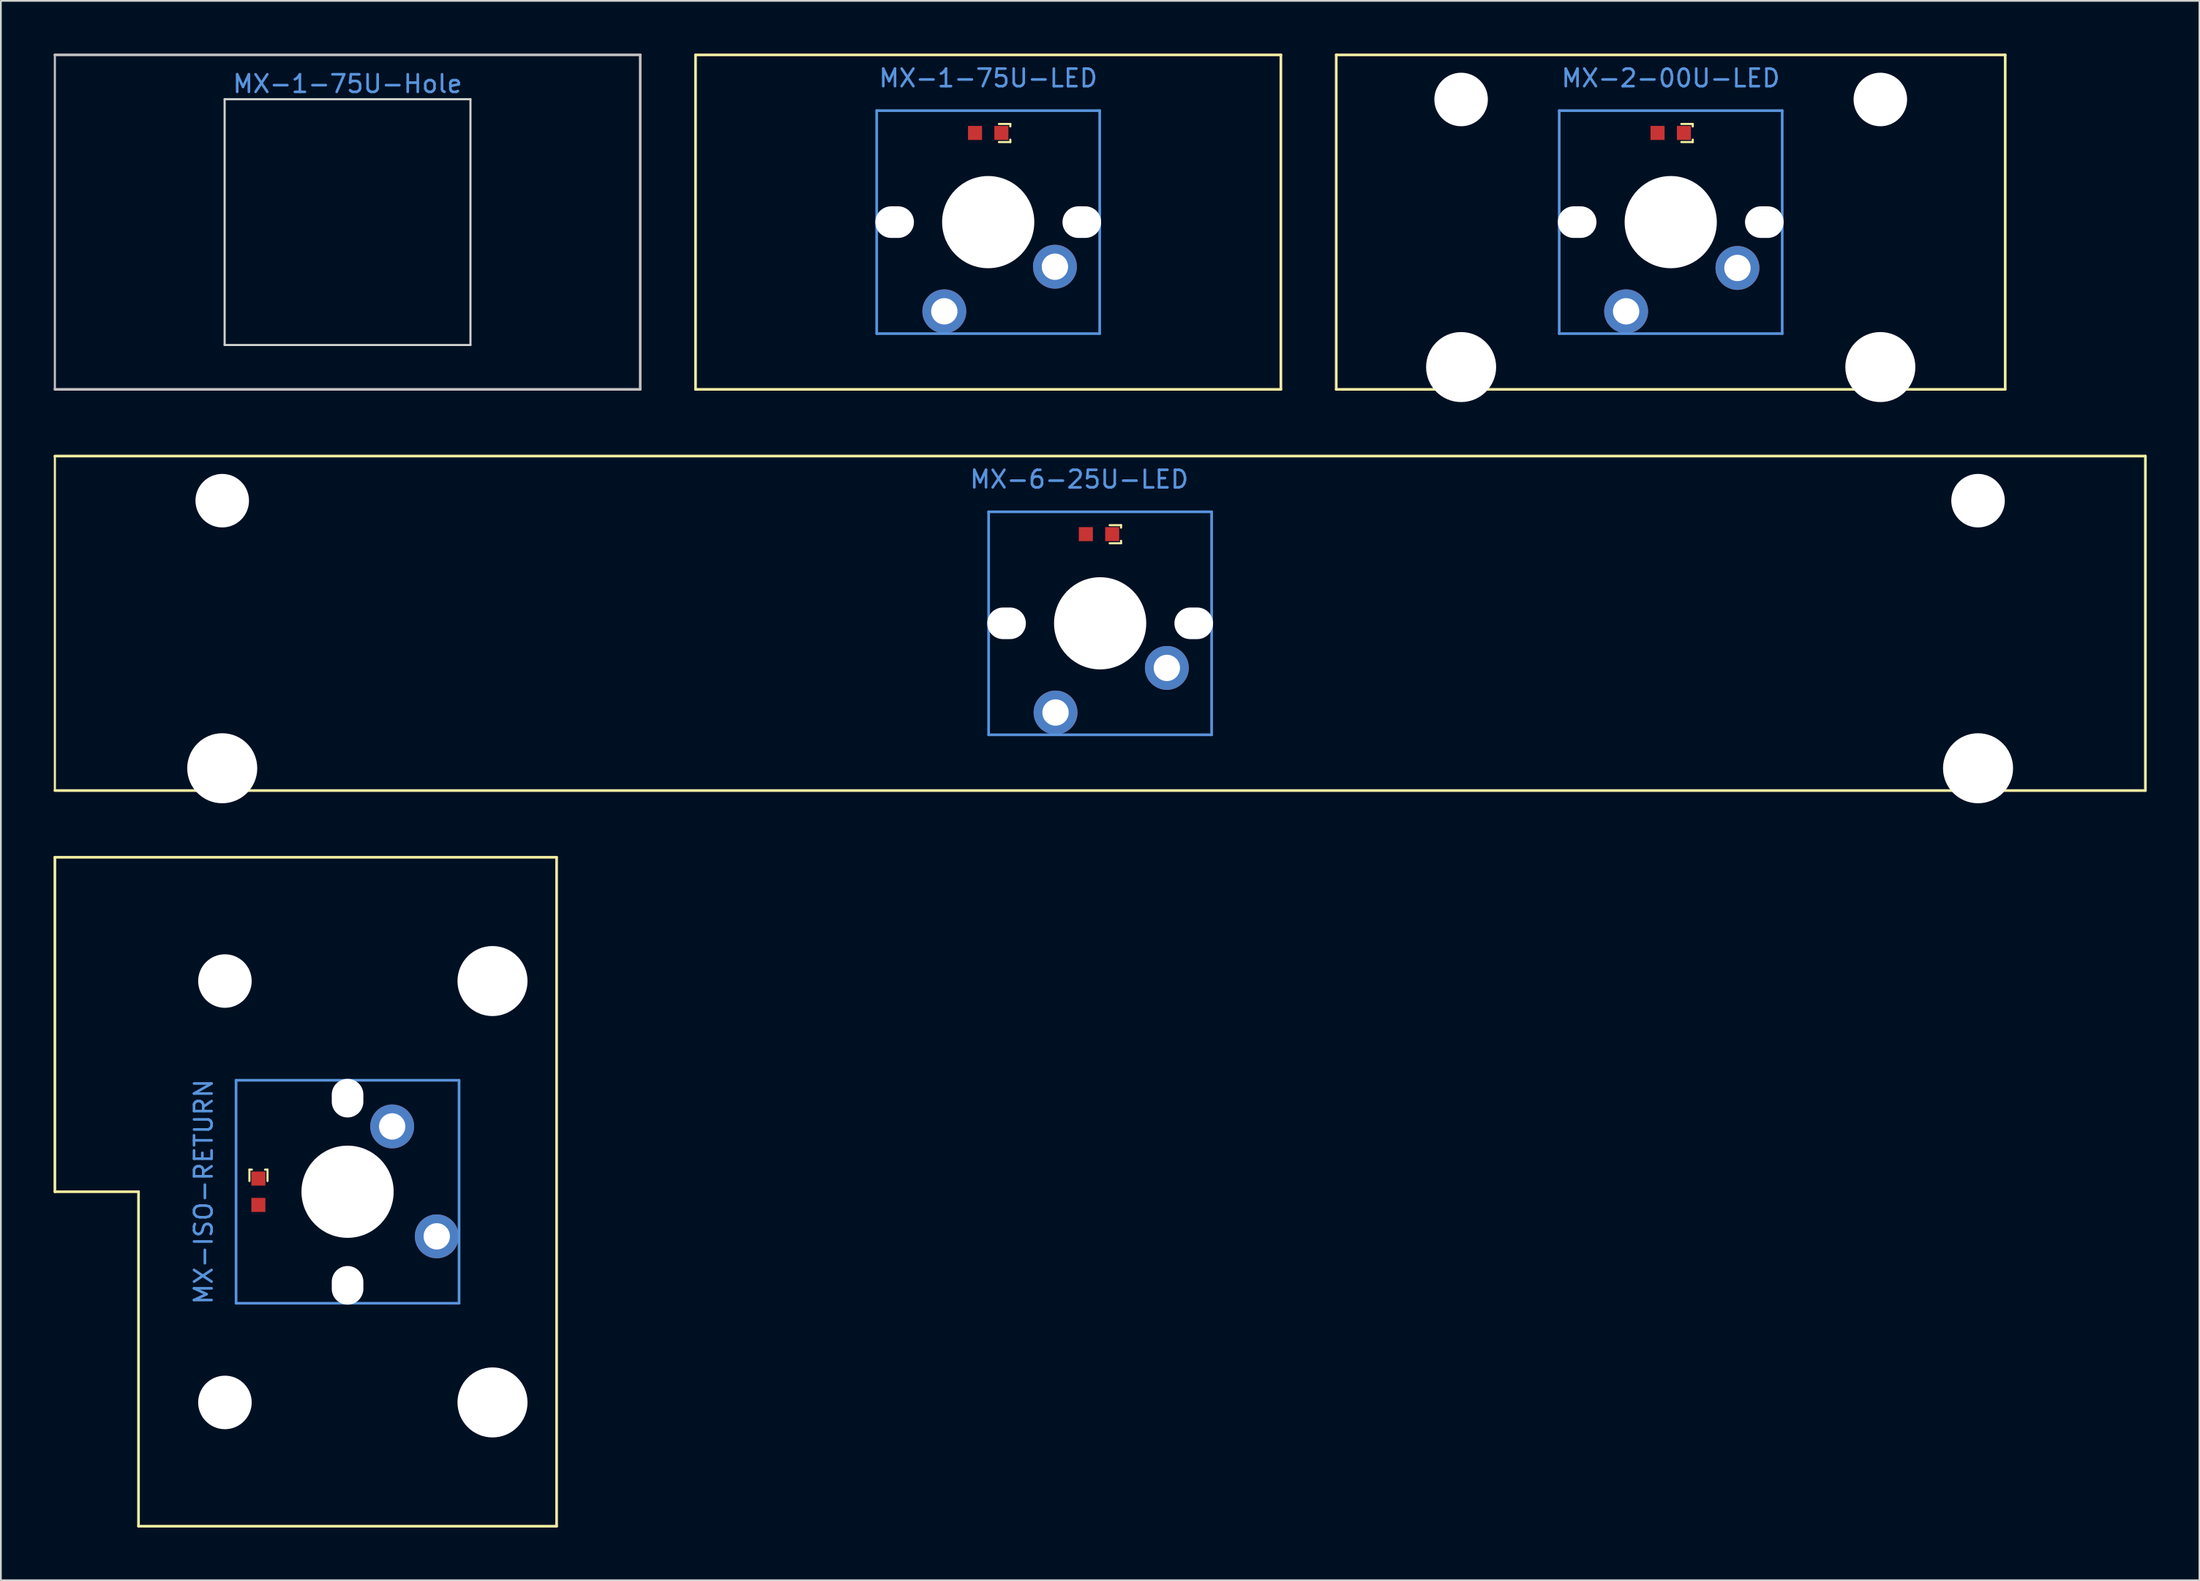
<source format=kicad_pcb>
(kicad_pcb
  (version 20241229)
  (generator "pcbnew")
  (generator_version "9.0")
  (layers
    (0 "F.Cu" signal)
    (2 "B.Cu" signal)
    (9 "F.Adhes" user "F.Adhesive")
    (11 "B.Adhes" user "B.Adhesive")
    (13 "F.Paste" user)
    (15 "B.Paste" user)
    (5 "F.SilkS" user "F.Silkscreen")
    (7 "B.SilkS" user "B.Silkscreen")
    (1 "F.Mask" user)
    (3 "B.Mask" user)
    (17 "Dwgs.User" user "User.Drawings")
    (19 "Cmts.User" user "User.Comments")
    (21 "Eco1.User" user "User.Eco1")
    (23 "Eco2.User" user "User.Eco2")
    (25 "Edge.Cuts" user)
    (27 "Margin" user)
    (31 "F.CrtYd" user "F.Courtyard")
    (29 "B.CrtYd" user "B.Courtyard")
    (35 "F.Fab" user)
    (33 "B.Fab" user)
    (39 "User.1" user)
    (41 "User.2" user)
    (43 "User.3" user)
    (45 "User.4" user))
  (footprint "MX-6-25U-LED"
    (layer "F.Cu")
    (at 59.607 27.371)
    (property "Reference" "MX-6-25U-LED" (at -1.191 -3.12 0) (layer "Cmts.User") (effects (font (size 1 1) (thickness 0.15))))
    (attr smd)
    (fp_line (start -59.531 -4.445) (end -59.531 14.605) (stroke (width 0.12) (type solid)) (layer "F.SilkS"))
    (fp_line (start -59.531 -4.445) (end 59.531 -4.445) (stroke (width 0.152) (type solid)) (layer "F.SilkS"))
    (fp_line (start 0.541 -0.51) (end 1.191 -0.51) (stroke (width 0.12) (type solid)) (layer "F.SilkS"))
    (fp_line (start 0.541 0.52) (end 1.191 0.52) (stroke (width 0.12) (type solid)) (layer "F.SilkS"))
    (fp_line (start 1.191 -0.51) (end 1.191 -0.37) (stroke (width 0.12) (type solid)) (layer "F.SilkS"))
    (fp_line (start 1.191 0.52) (end 1.191 0.38) (stroke (width 0.12) (type solid)) (layer "F.SilkS"))
    (fp_line (start 59.531 -4.445) (end 59.531 14.605) (stroke (width 0.152) (type solid)) (layer "F.SilkS"))
    (fp_line (start 59.531 14.605) (end -59.531 14.605) (stroke (width 0.152) (type solid)) (layer "F.SilkS"))
    (fp_line (start -6.35 -1.27) (end 6.35 -1.27) (stroke (width 0.152) (type solid)) (layer "Cmts.User"))
    (fp_line (start -6.35 11.43) (end -6.35 -1.27) (stroke (width 0.152) (type solid)) (layer "Cmts.User"))
    (fp_line (start 6.35 -1.27) (end 6.35 11.43) (stroke (width 0.152) (type solid)) (layer "Cmts.User"))
    (fp_line (start 6.35 11.43) (end -6.35 11.43) (stroke (width 0.152) (type solid)) (layer "Cmts.User"))
    (pad "" np_thru_hole circle (at -50 -1.905 180) (size 3.048 3.048) (drill 3.048) (layers "*.Cu" "*.Mask"))
    (pad "" np_thru_hole circle (at -50 13.335 180) (size 3.988 3.988) (drill 3.988) (layers "*.Cu" "*.Mask"))
    (pad "" np_thru_hole oval (at -5.33 5.08 270) (size 1.8 2.2) (drill oval 1.8 2.2) (layers "*.Cu" "*.Mask"))
    (pad "" np_thru_hole circle (at 0 5.08 180) (size 5.25 5.25) (drill 5.25) (layers "*.Cu" "*.Mask"))
    (pad "" np_thru_hole oval (at 5.33 5.08 270) (size 1.8 2.2) (drill oval 1.8 2.2) (layers "*.Cu" "*.Mask"))
    (pad "" np_thru_hole circle (at 50 -1.905 180) (size 3.048 3.048) (drill 3.048) (layers "*.Cu" "*.Mask"))
    (pad "" np_thru_hole circle (at 50 13.335 180) (size 3.988 3.988) (drill 3.988) (layers "*.Cu" "*.Mask"))
    (pad "1" thru_hole circle (at -2.54 10.16) (size 2.5 2.5) (drill 1.499) (layers "*.Cu" "*.Mask"))
    (pad "2" thru_hole circle (at 3.8 7.62 225) (size 2.5 2.5) (drill 1.499) (layers "*.Cu" "*.Mask"))
    (pad "3" smd rect (at 0.686 0 90) (size 0.8 0.8) (layers "F.Cu" "F.Mask" "F.Paste"))
    (pad "4" smd rect (at -0.814 0 90) (size 0.8 0.8) (layers "F.Cu" "F.Mask" "F.Paste")))
  (footprint "MX-2-00U-LED"
    (layer "F.Cu")
    (at 92.104 4.521)
    (property "Reference" "MX-2-00U-LED" (at 0 -3.12 0) (layer "Cmts.User") (effects (font (size 1 1) (thickness 0.15))))
    (attr smd)
    (fp_line (start -19.05 -4.445) (end 19.05 -4.445) (stroke (width 0.152) (type solid)) (layer "F.SilkS"))
    (fp_line (start -19.05 14.605) (end -19.05 -4.445) (stroke (width 0.152) (type solid)) (layer "F.SilkS"))
    (fp_line (start 0.605 -0.51) (end 1.255 -0.51) (stroke (width 0.12) (type solid)) (layer "F.SilkS"))
    (fp_line (start 0.605 0.52) (end 1.255 0.52) (stroke (width 0.12) (type solid)) (layer "F.SilkS"))
    (fp_line (start 1.255 -0.51) (end 1.255 -0.37) (stroke (width 0.12) (type solid)) (layer "F.SilkS"))
    (fp_line (start 1.255 0.52) (end 1.255 0.38) (stroke (width 0.12) (type solid)) (layer "F.SilkS"))
    (fp_line (start 19.05 -4.445) (end 19.05 14.605) (stroke (width 0.152) (type solid)) (layer "F.SilkS"))
    (fp_line (start 19.05 14.605) (end -19.05 14.605) (stroke (width 0.152) (type solid)) (layer "F.SilkS"))
    (fp_line (start -6.35 -1.27) (end 6.35 -1.27) (stroke (width 0.152) (type solid)) (layer "Cmts.User"))
    (fp_line (start -6.35 11.43) (end -6.35 -1.27) (stroke (width 0.152) (type solid)) (layer "Cmts.User"))
    (fp_line (start 6.35 -1.27) (end 6.35 11.43) (stroke (width 0.152) (type solid)) (layer "Cmts.User"))
    (fp_line (start 6.35 11.43) (end -6.35 11.43) (stroke (width 0.152) (type solid)) (layer "Cmts.User"))
    (pad "" np_thru_hole circle (at -11.938 -1.905 180) (size 3.048 3.048) (drill 3.048) (layers "*.Cu" "*.Mask"))
    (pad "" np_thru_hole circle (at -11.938 13.335 180) (size 3.988 3.988) (drill 3.988) (layers "*.Cu" "*.Mask"))
    (pad "" np_thru_hole oval (at -5.33 5.08 270) (size 1.8 2.2) (drill oval 1.8 2.2) (layers "*.Cu" "*.Mask"))
    (pad "" np_thru_hole circle (at 0 5.08 180) (size 5.25 5.25) (drill 5.25) (layers "*.Cu" "*.Mask"))
    (pad "" np_thru_hole oval (at 5.33 5.08 270) (size 1.8 2.2) (drill oval 1.8 2.2) (layers "*.Cu" "*.Mask"))
    (pad "" np_thru_hole circle (at 11.938 -1.905 180) (size 3.048 3.048) (drill 3.048) (layers "*.Cu" "*.Mask"))
    (pad "" np_thru_hole circle (at 11.938 13.335 180) (size 3.988 3.988) (drill 3.988) (layers "*.Cu" "*.Mask"))
    (pad "1" thru_hole circle (at -2.54 10.16 90) (size 2.5 2.5) (drill 1.499) (layers "*.Cu" "*.Mask"))
    (pad "2" thru_hole circle (at 3.8 7.69 225) (size 2.5 2.5) (drill 1.499) (layers "*.Cu" "*.Mask"))
    (pad "3" smd rect (at 0.75 0 90) (size 0.8 0.8) (layers "F.Cu" "F.Mask" "F.Paste"))
    (pad "4" smd rect (at -0.75 0 90) (size 0.8 0.8) (layers "F.Cu" "F.Mask" "F.Paste")))
  (footprint "MX-ISO-RETURN"
    (layer "F.Cu")
    (at 11.665 64.826)
    (property "Reference" "MX-ISO-RETURN" (at -3.12 0 90) (layer "Cmts.User") (effects (font (size 1 1) (thickness 0.15))))
    (attr smd)
    (fp_line (start -11.589 -19.05) (end 16.986 -19.05) (stroke (width 0.152) (type solid)) (layer "F.SilkS"))
    (fp_line (start -11.589 0) (end -11.589 -19.05) (stroke (width 0.152) (type solid)) (layer "F.SilkS"))
    (fp_line (start -11.589 0) (end -6.826 0) (stroke (width 0.152) (type solid)) (layer "F.SilkS"))
    (fp_line (start -6.826 19.05) (end -6.826 0) (stroke (width 0.152) (type solid)) (layer "F.SilkS"))
    (fp_line (start -0.51 -1.26) (end -0.37 -1.26) (stroke (width 0.12) (type solid)) (layer "F.SilkS"))
    (fp_line (start -0.51 -0.61) (end -0.51 -1.26) (stroke (width 0.12) (type solid)) (layer "F.SilkS"))
    (fp_line (start 0.52 -1.26) (end 0.38 -1.26) (stroke (width 0.12) (type solid)) (layer "F.SilkS"))
    (fp_line (start 0.52 -0.61) (end 0.52 -1.26) (stroke (width 0.12) (type solid)) (layer "F.SilkS"))
    (fp_line (start 16.986 -19.05) (end 16.986 19.05) (stroke (width 0.152) (type solid)) (layer "F.SilkS"))
    (fp_line (start 16.986 19.05) (end -6.826 19.05) (stroke (width 0.152) (type solid)) (layer "F.SilkS"))
    (fp_line (start -1.27 -6.35) (end 11.43 -6.35) (stroke (width 0.152) (type solid)) (layer "Cmts.User"))
    (fp_line (start -1.27 6.35) (end -1.27 -6.35) (stroke (width 0.152) (type solid)) (layer "Cmts.User"))
    (fp_line (start 11.43 -6.35) (end 11.43 6.35) (stroke (width 0.152) (type solid)) (layer "Cmts.User"))
    (fp_line (start 11.43 6.35) (end -1.27 6.35) (stroke (width 0.152) (type solid)) (layer "Cmts.User"))
    (pad "" np_thru_hole circle (at -1.905 -12 270) (size 3.048 3.048) (drill 3.048) (layers "*.Cu" "*.Mask"))
    (pad "" np_thru_hole circle (at -1.905 12 270) (size 3.048 3.048) (drill 3.048) (layers "*.Cu" "*.Mask"))
    (pad "" np_thru_hole oval (at 5.08 -5.33) (size 1.8 2.2) (drill oval 1.8 2.2) (layers "*.Cu" "*.Mask"))
    (pad "" np_thru_hole circle (at 5.08 0 270) (size 5.25 5.25) (drill 5.25) (layers "*.Cu" "*.Mask"))
    (pad "" np_thru_hole oval (at 5.08 5.33) (size 1.8 2.2) (drill oval 1.8 2.2) (layers "*.Cu" "*.Mask"))
    (pad "" np_thru_hole circle (at 13.335 -12 270) (size 3.988 3.988) (drill 3.988) (layers "*.Cu" "*.Mask"))
    (pad "" np_thru_hole circle (at 13.335 12 270) (size 3.988 3.988) (drill 3.988) (layers "*.Cu" "*.Mask"))
    (pad "1" thru_hole circle (at 7.62 -3.72 315) (size 2.5 2.5) (drill 1.499) (layers "*.Cu" "*.Mask"))
    (pad "2" thru_hole circle (at 10.16 2.54 90) (size 2.5 2.5) (drill 1.499) (layers "*.Cu" "*.Mask"))
    (pad "3" smd rect (at 0 -0.75 180) (size 0.8 0.8) (layers "F.Cu" "F.Mask" "F.Paste"))
    (pad "4" smd rect (at 0 0.75 180) (size 0.8 0.8) (layers "F.Cu" "F.Mask" "F.Paste")))
  (footprint "MX-1-75U-LED"
    (layer "F.Cu")
    (at 53.232 4.521)
    (property "Reference" "MX-1-75U-LED" (at 0 -3.12 0) (layer "Cmts.User") (effects (font (size 1 1) (thickness 0.15))))
    (attr smd)
    (fp_line (start -16.669 -4.445) (end 16.669 -4.445) (stroke (width 0.152) (type solid)) (layer "F.SilkS"))
    (fp_line (start -16.669 14.605) (end -16.669 -4.445) (stroke (width 0.152) (type solid)) (layer "F.SilkS"))
    (fp_line (start 0.61 -0.51) (end 1.26 -0.51) (stroke (width 0.12) (type solid)) (layer "F.SilkS"))
    (fp_line (start 0.61 0.52) (end 1.26 0.52) (stroke (width 0.12) (type solid)) (layer "F.SilkS"))
    (fp_line (start 1.26 -0.51) (end 1.26 -0.37) (stroke (width 0.12) (type solid)) (layer "F.SilkS"))
    (fp_line (start 1.26 0.52) (end 1.26 0.38) (stroke (width 0.12) (type solid)) (layer "F.SilkS"))
    (fp_line (start 16.669 -4.445) (end 16.669 14.605) (stroke (width 0.152) (type solid)) (layer "F.SilkS"))
    (fp_line (start 16.669 14.605) (end -16.669 14.605) (stroke (width 0.152) (type solid)) (layer "F.SilkS"))
    (fp_line (start -6.35 -1.27) (end 6.35 -1.27) (stroke (width 0.152) (type solid)) (layer "Cmts.User"))
    (fp_line (start -6.35 11.43) (end -6.35 -1.27) (stroke (width 0.152) (type solid)) (layer "Cmts.User"))
    (fp_line (start 6.35 -1.27) (end 6.35 11.43) (stroke (width 0.152) (type solid)) (layer "Cmts.User"))
    (fp_line (start 6.35 11.43) (end -6.35 11.43) (stroke (width 0.152) (type solid)) (layer "Cmts.User"))
    (pad "" np_thru_hole oval (at -5.33 5.08 270) (size 1.8 2.2) (drill oval 1.8 2.2) (layers "*.Cu" "*.Mask"))
    (pad "" np_thru_hole circle (at 0 5.08 180) (size 5.25 5.25) (drill 5.25) (layers "*.Cu" "*.Mask"))
    (pad "" np_thru_hole oval (at 5.33 5.08 270) (size 1.8 2.2) (drill oval 1.8 2.2) (layers "*.Cu" "*.Mask"))
    (pad "1" thru_hole circle (at -2.5 10.16) (size 2.5 2.5) (drill 1.499) (layers "*.Cu" "*.Mask"))
    (pad "2" thru_hole circle (at 3.8 7.62 225) (size 2.5 2.5) (drill 1.499) (layers "*.Cu" "*.Mask"))
    (pad "3" smd rect (at 0.75 0 90) (size 0.8 0.8) (layers "F.Cu" "F.Mask" "F.Paste"))
    (pad "4" smd rect (at -0.75 0 90) (size 0.8 0.8) (layers "F.Cu" "F.Mask" "F.Paste")))
  (footprint "MX-1-75U-Hole"
    (layer "F.Cu")
    (at 16.744 9.6)
    (property "Reference" "MX-1-75U-Hole" (at 0 -7.874 0) (layer "Cmts.User") (effects (font (size 1 1) (thickness 0.15))))
    (attr through_hole)
    (fp_line (start -16.669 -9.525) (end -16.669 9.525) (stroke (width 0.12) (type solid)) (layer "Dwgs.User"))
    (fp_line (start -16.669 -9.525) (end 16.669 -9.525) (stroke (width 0.15) (type solid)) (layer "Dwgs.User"))
    (fp_line (start 16.669 -9.525) (end 16.669 9.525) (stroke (width 0.15) (type solid)) (layer "Dwgs.User"))
    (fp_line (start 16.669 9.525) (end -16.669 9.525) (stroke (width 0.15) (type solid)) (layer "Dwgs.User"))
    (fp_line (start -7 -7) (end -7 7) (stroke (width 0.12) (type solid)) (layer "Edge.Cuts"))
    (fp_line (start -7 -7) (end 7 -7) (stroke (width 0.12) (type solid)) (layer "Edge.Cuts"))
    (fp_line (start -7 7) (end 7 7) (stroke (width 0.12) (type solid)) (layer "Edge.Cuts"))
    (fp_line (start 7 -7) (end 7 7) (stroke (width 0.12) (type solid)) (layer "Edge.Cuts")))
  (gr_rect
    (start -3 -3)
    (end 122.215 86.953)
    (stroke (width 0.1) (type default))
    (fill no)
    (layer "Edge.Cuts")))
</source>
